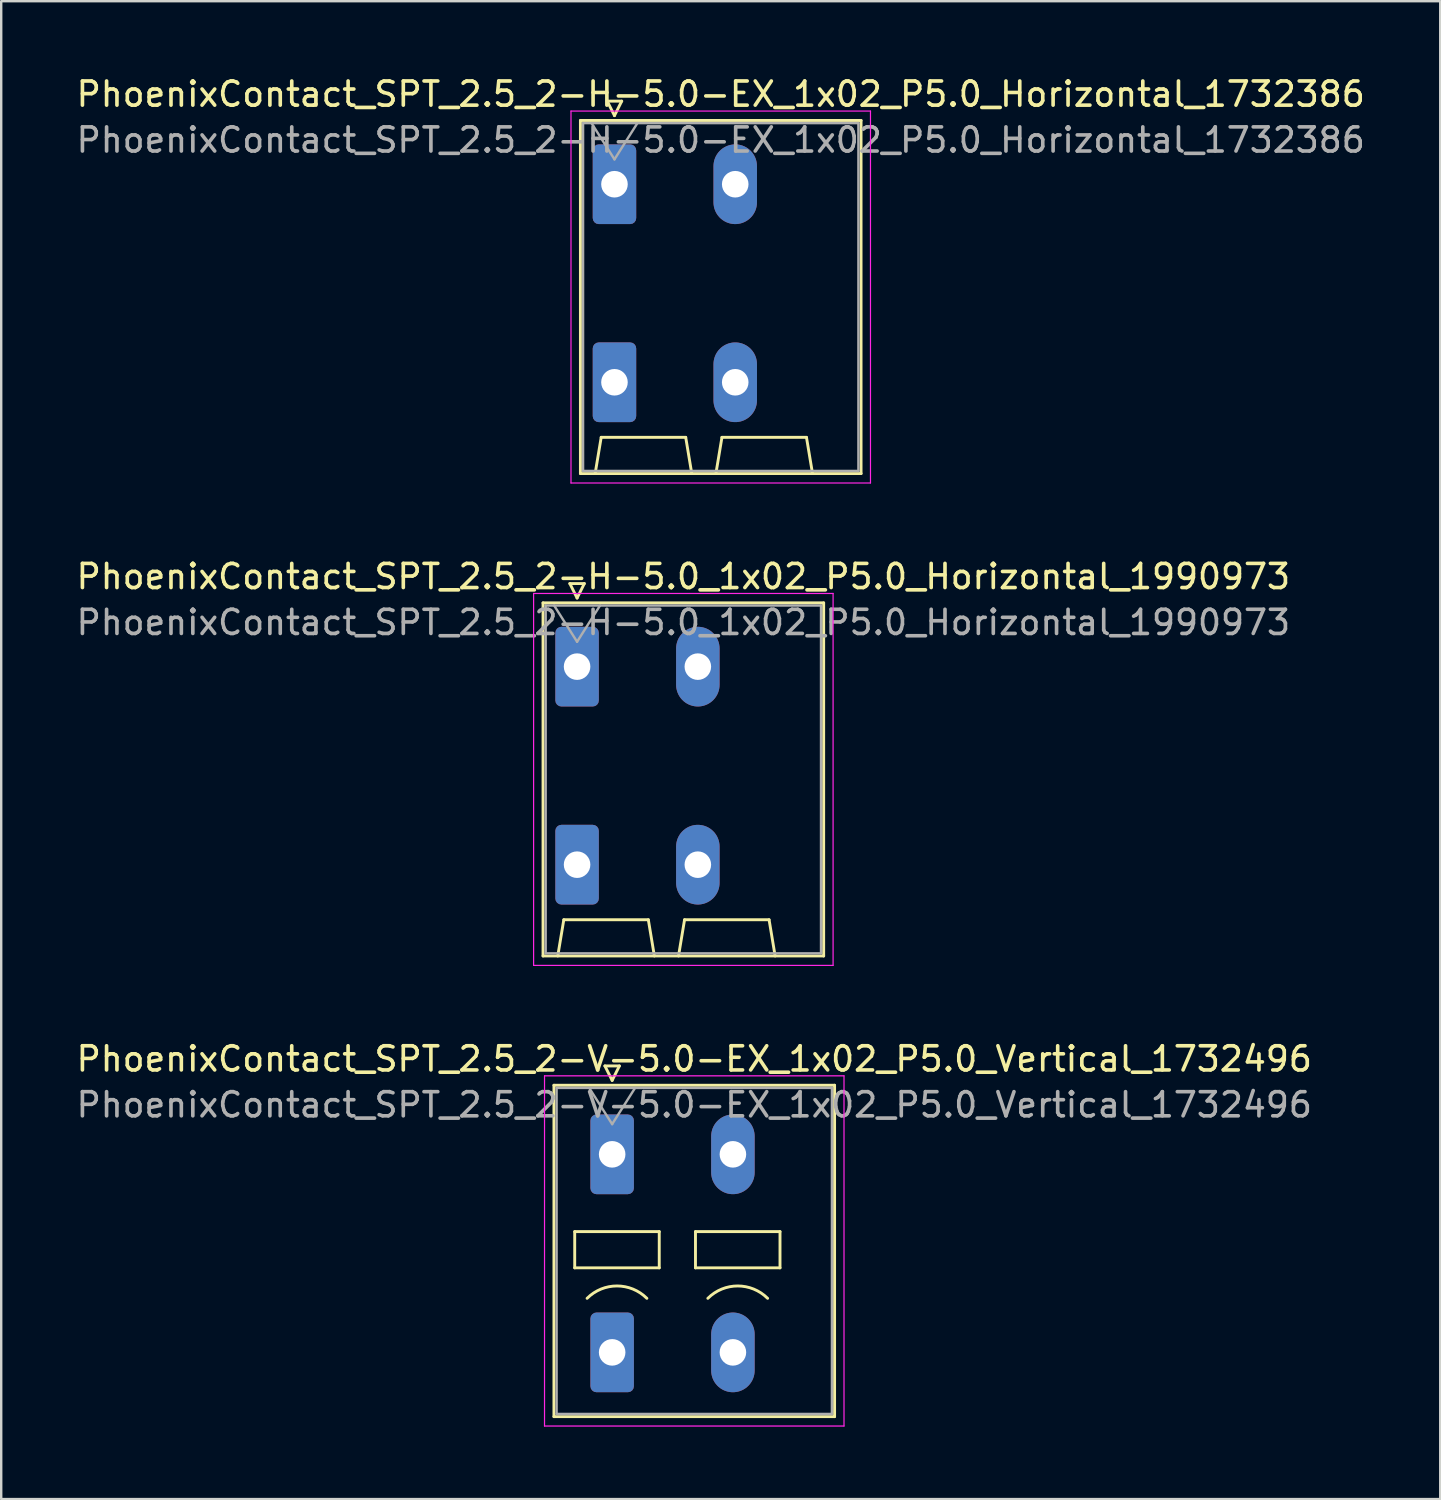
<source format=kicad_pcb>
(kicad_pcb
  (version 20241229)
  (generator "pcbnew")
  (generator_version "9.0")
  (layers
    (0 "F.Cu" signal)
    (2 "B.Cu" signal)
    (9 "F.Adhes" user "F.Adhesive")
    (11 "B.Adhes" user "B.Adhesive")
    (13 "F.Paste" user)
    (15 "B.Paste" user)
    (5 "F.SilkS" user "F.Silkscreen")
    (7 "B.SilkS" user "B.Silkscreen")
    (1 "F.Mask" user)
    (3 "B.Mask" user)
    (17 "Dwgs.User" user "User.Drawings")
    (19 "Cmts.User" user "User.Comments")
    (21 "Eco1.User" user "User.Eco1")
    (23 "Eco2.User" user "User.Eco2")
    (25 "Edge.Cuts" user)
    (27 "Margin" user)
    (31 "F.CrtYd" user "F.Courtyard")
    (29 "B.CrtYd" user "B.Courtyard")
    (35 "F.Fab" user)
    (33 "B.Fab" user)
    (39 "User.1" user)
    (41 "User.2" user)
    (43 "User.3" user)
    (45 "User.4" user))
  (footprint "PhoenixContact_SPT_2.5_2-H-5.0_1x02_P5.0_Horizontal_1990973"
    (layer "F.Cu")
    (at 20.844 24.552)
    (property "Reference" "PhoenixContact_SPT_2.5_2-H-5.0_1x02_P5.0_Horizontal_1990973" (at 4.4 -3.73 0) (layer "F.SilkS") (effects (font (size 1 1) (thickness 0.15))))
    (attr through_hole)
    (fp_line (start -1.41 -2.64) (end 10.21 -2.64) (stroke (width 0.12) (type solid)) (layer "F.SilkS"))
    (fp_line (start -1.41 11.98) (end -1.41 -2.64) (stroke (width 0.12) (type solid)) (layer "F.SilkS"))
    (fp_line (start -0.8 11.98) (end -0.55 10.48) (stroke (width 0.12) (type solid)) (layer "F.SilkS"))
    (fp_line (start -0.55 10.48) (end 2.95 10.48) (stroke (width 0.12) (type solid)) (layer "F.SilkS"))
    (fp_line (start -0.3 -3.44) (end 0 -2.84) (stroke (width 0.12) (type solid)) (layer "F.SilkS"))
    (fp_line (start -0.3 -3.44) (end 0.3 -3.44) (stroke (width 0.12) (type solid)) (layer "F.SilkS"))
    (fp_line (start 0.3 -3.44) (end 0 -2.84) (stroke (width 0.12) (type solid)) (layer "F.SilkS"))
    (fp_line (start 3.2 11.98) (end 2.95 10.48) (stroke (width 0.12) (type solid)) (layer "F.SilkS"))
    (fp_line (start 4.2 11.98) (end 4.45 10.48) (stroke (width 0.12) (type solid)) (layer "F.SilkS"))
    (fp_line (start 4.45 10.48) (end 7.95 10.48) (stroke (width 0.12) (type solid)) (layer "F.SilkS"))
    (fp_line (start 8.2 11.98) (end 7.95 10.48) (stroke (width 0.12) (type solid)) (layer "F.SilkS"))
    (fp_line (start 10.21 -2.64) (end 10.21 11.98) (stroke (width 0.12) (type solid)) (layer "F.SilkS"))
    (fp_line (start 10.21 11.98) (end -1.41 11.98) (stroke (width 0.12) (type solid)) (layer "F.SilkS"))
    (fp_line (start -1.8 -3.03) (end -1.8 12.37) (stroke (width 0.05) (type solid)) (layer "F.CrtYd"))
    (fp_line (start -1.8 12.37) (end 10.6 12.37) (stroke (width 0.05) (type solid)) (layer "F.CrtYd"))
    (fp_line (start 10.6 -3.03) (end -1.8 -3.03) (stroke (width 0.05) (type solid)) (layer "F.CrtYd"))
    (fp_line (start 10.6 12.37) (end 10.6 -3.03) (stroke (width 0.05) (type solid)) (layer "F.CrtYd"))
    (fp_line (start -1.3 -2.53) (end -1.3 11.87) (stroke (width 0.1) (type solid)) (layer "F.Fab"))
    (fp_line (start -1.3 11.87) (end 10.1 11.87) (stroke (width 0.1) (type solid)) (layer "F.Fab"))
    (fp_line (start -0.95 -2.53) (end 0 -1.03) (stroke (width 0.1) (type solid)) (layer "F.Fab"))
    (fp_line (start 0.95 -2.53) (end 0 -1.03) (stroke (width 0.1) (type solid)) (layer "F.Fab"))
    (fp_line (start 10.1 -2.53) (end -1.3 -2.53) (stroke (width 0.1) (type solid)) (layer "F.Fab"))
    (fp_line (start 10.1 11.87) (end 10.1 -2.53) (stroke (width 0.1) (type solid)) (layer "F.Fab"))
    (fp_text user "${REFERENCE}" (at 4.4 -1.83 0) (layer "F.Fab") (effects (font (size 1 1) (thickness 0.15))))
    (pad "1" thru_hole roundrect (at 0 0) (size 1.8 3.3) (drill 1.1) (layers "*.Cu" "*.Mask") (roundrect_rratio 0.139))
    (pad "1" thru_hole roundrect (at 0 8.2) (size 1.8 3.3) (drill 1.1) (layers "*.Cu" "*.Mask") (roundrect_rratio 0.139))
    (pad "2" thru_hole oval (at 5 0) (size 1.8 3.3) (drill 1.1) (layers "*.Cu" "*.Mask"))
    (pad "2" thru_hole oval (at 5 8.2) (size 1.8 3.3) (drill 1.1) (layers "*.Cu" "*.Mask")))
  (footprint "PhoenixContact_SPT_2.5_2-V-5.0-EX_1x02_P5.0_Vertical_1732496"
    (layer "F.Cu")
    (at 22.296 44.745)
    (property "Reference" "PhoenixContact_SPT_2.5_2-V-5.0-EX_1x02_P5.0_Vertical_1732496" (at 3.4 -3.95 0) (layer "F.SilkS") (effects (font (size 1 1) (thickness 0.15))))
    (attr through_hole)
    (fp_line (start -2.41 -2.86) (end 9.21 -2.86) (stroke (width 0.12) (type solid)) (layer "F.SilkS"))
    (fp_line (start -2.41 10.86) (end -2.41 -2.86) (stroke (width 0.12) (type solid)) (layer "F.SilkS"))
    (fp_line (start -1.55 3.2) (end -1.55 4.7) (stroke (width 0.12) (type solid)) (layer "F.SilkS"))
    (fp_line (start -1.55 4.7) (end 1.95 4.7) (stroke (width 0.12) (type solid)) (layer "F.SilkS"))
    (fp_line (start -0.3 -3.66) (end 0 -3.06) (stroke (width 0.12) (type solid)) (layer "F.SilkS"))
    (fp_line (start -0.3 -3.66) (end 0.3 -3.66) (stroke (width 0.12) (type solid)) (layer "F.SilkS"))
    (fp_line (start 0.3 -3.66) (end 0 -3.06) (stroke (width 0.12) (type solid)) (layer "F.SilkS"))
    (fp_line (start 1.95 3.2) (end -1.55 3.2) (stroke (width 0.12) (type solid)) (layer "F.SilkS"))
    (fp_line (start 1.95 4.7) (end 1.95 3.2) (stroke (width 0.12) (type solid)) (layer "F.SilkS"))
    (fp_line (start 3.45 3.2) (end 3.45 4.7) (stroke (width 0.12) (type solid)) (layer "F.SilkS"))
    (fp_line (start 3.45 4.7) (end 6.95 4.7) (stroke (width 0.12) (type solid)) (layer "F.SilkS"))
    (fp_line (start 6.95 3.2) (end 3.45 3.2) (stroke (width 0.12) (type solid)) (layer "F.SilkS"))
    (fp_line (start 6.95 4.7) (end 6.95 3.2) (stroke (width 0.12) (type solid)) (layer "F.SilkS"))
    (fp_line (start 9.21 -2.86) (end 9.21 10.86) (stroke (width 0.12) (type solid)) (layer "F.SilkS"))
    (fp_line (start 9.21 10.86) (end -2.41 10.86) (stroke (width 0.12) (type solid)) (layer "F.SilkS"))
    (fp_arc (start -1.037437 5.962563) (mid 0.2 5.45) (end 1.437437 5.962563) (stroke (width 0.12) (type solid)) (layer "F.SilkS"))
    (fp_arc (start 3.962563 5.962563) (mid 5.2 5.45) (end 6.437437 5.962563) (stroke (width 0.12) (type solid)) (layer "F.SilkS"))
    (fp_line (start -2.8 -3.25) (end -2.8 11.25) (stroke (width 0.05) (type solid)) (layer "F.CrtYd"))
    (fp_line (start -2.8 11.25) (end 9.6 11.25) (stroke (width 0.05) (type solid)) (layer "F.CrtYd"))
    (fp_line (start 9.6 -3.25) (end -2.8 -3.25) (stroke (width 0.05) (type solid)) (layer "F.CrtYd"))
    (fp_line (start 9.6 11.25) (end 9.6 -3.25) (stroke (width 0.05) (type solid)) (layer "F.CrtYd"))
    (fp_line (start -2.3 -2.75) (end -2.3 10.75) (stroke (width 0.1) (type solid)) (layer "F.Fab"))
    (fp_line (start -2.3 10.75) (end 9.1 10.75) (stroke (width 0.1) (type solid)) (layer "F.Fab"))
    (fp_line (start -0.95 -2.75) (end 0 -1.25) (stroke (width 0.1) (type solid)) (layer "F.Fab"))
    (fp_line (start 0.95 -2.75) (end 0 -1.25) (stroke (width 0.1) (type solid)) (layer "F.Fab"))
    (fp_line (start 9.1 -2.75) (end -2.3 -2.75) (stroke (width 0.1) (type solid)) (layer "F.Fab"))
    (fp_line (start 9.1 10.75) (end 9.1 -2.75) (stroke (width 0.1) (type solid)) (layer "F.Fab"))
    (fp_text user "${REFERENCE}" (at 3.4 -2.05 0) (layer "F.Fab") (effects (font (size 1 1) (thickness 0.15))))
    (pad "1" thru_hole roundrect (at 0 0) (size 1.8 3.3) (drill 1.1) (layers "*.Cu" "*.Mask") (roundrect_rratio 0.139))
    (pad "1" thru_hole roundrect (at 0 8.2) (size 1.8 3.3) (drill 1.1) (layers "*.Cu" "*.Mask") (roundrect_rratio 0.139))
    (pad "2" thru_hole oval (at 5 0) (size 1.8 3.3) (drill 1.1) (layers "*.Cu" "*.Mask"))
    (pad "2" thru_hole oval (at 5 8.2) (size 1.8 3.3) (drill 1.1) (layers "*.Cu" "*.Mask")))
  (footprint "PhoenixContact_SPT_2.5_2-H-5.0-EX_1x02_P5.0_Horizontal_1732386"
    (layer "F.Cu")
    (at 22.392 4.578)
    (property "Reference" "PhoenixContact_SPT_2.5_2-H-5.0-EX_1x02_P5.0_Horizontal_1732386" (at 4.4 -3.73 0) (layer "F.SilkS") (effects (font (size 1 1) (thickness 0.15))))
    (attr through_hole)
    (fp_line (start -1.41 -2.64) (end 10.21 -2.64) (stroke (width 0.12) (type solid)) (layer "F.SilkS"))
    (fp_line (start -1.41 11.98) (end -1.41 -2.64) (stroke (width 0.12) (type solid)) (layer "F.SilkS"))
    (fp_line (start -0.8 11.98) (end -0.55 10.48) (stroke (width 0.12) (type solid)) (layer "F.SilkS"))
    (fp_line (start -0.55 10.48) (end 2.95 10.48) (stroke (width 0.12) (type solid)) (layer "F.SilkS"))
    (fp_line (start -0.3 -3.44) (end 0 -2.84) (stroke (width 0.12) (type solid)) (layer "F.SilkS"))
    (fp_line (start -0.3 -3.44) (end 0.3 -3.44) (stroke (width 0.12) (type solid)) (layer "F.SilkS"))
    (fp_line (start 0.3 -3.44) (end 0 -2.84) (stroke (width 0.12) (type solid)) (layer "F.SilkS"))
    (fp_line (start 3.2 11.98) (end 2.95 10.48) (stroke (width 0.12) (type solid)) (layer "F.SilkS"))
    (fp_line (start 4.2 11.98) (end 4.45 10.48) (stroke (width 0.12) (type solid)) (layer "F.SilkS"))
    (fp_line (start 4.45 10.48) (end 7.95 10.48) (stroke (width 0.12) (type solid)) (layer "F.SilkS"))
    (fp_line (start 8.2 11.98) (end 7.95 10.48) (stroke (width 0.12) (type solid)) (layer "F.SilkS"))
    (fp_line (start 10.21 -2.64) (end 10.21 11.98) (stroke (width 0.12) (type solid)) (layer "F.SilkS"))
    (fp_line (start 10.21 11.98) (end -1.41 11.98) (stroke (width 0.12) (type solid)) (layer "F.SilkS"))
    (fp_line (start -1.8 -3.03) (end -1.8 12.37) (stroke (width 0.05) (type solid)) (layer "F.CrtYd"))
    (fp_line (start -1.8 12.37) (end 10.6 12.37) (stroke (width 0.05) (type solid)) (layer "F.CrtYd"))
    (fp_line (start 10.6 -3.03) (end -1.8 -3.03) (stroke (width 0.05) (type solid)) (layer "F.CrtYd"))
    (fp_line (start 10.6 12.37) (end 10.6 -3.03) (stroke (width 0.05) (type solid)) (layer "F.CrtYd"))
    (fp_line (start -1.3 -2.53) (end -1.3 11.87) (stroke (width 0.1) (type solid)) (layer "F.Fab"))
    (fp_line (start -1.3 11.87) (end 10.1 11.87) (stroke (width 0.1) (type solid)) (layer "F.Fab"))
    (fp_line (start -0.95 -2.53) (end 0 -1.03) (stroke (width 0.1) (type solid)) (layer "F.Fab"))
    (fp_line (start 0.95 -2.53) (end 0 -1.03) (stroke (width 0.1) (type solid)) (layer "F.Fab"))
    (fp_line (start 10.1 -2.53) (end -1.3 -2.53) (stroke (width 0.1) (type solid)) (layer "F.Fab"))
    (fp_line (start 10.1 11.87) (end 10.1 -2.53) (stroke (width 0.1) (type solid)) (layer "F.Fab"))
    (fp_text user "${REFERENCE}" (at 4.4 -1.83 0) (layer "F.Fab") (effects (font (size 1 1) (thickness 0.15))))
    (pad "1" thru_hole roundrect (at 0 0) (size 1.8 3.3) (drill 1.1) (layers "*.Cu" "*.Mask") (roundrect_rratio 0.139))
    (pad "1" thru_hole roundrect (at 0 8.2) (size 1.8 3.3) (drill 1.1) (layers "*.Cu" "*.Mask") (roundrect_rratio 0.139))
    (pad "2" thru_hole oval (at 5 0) (size 1.8 3.3) (drill 1.1) (layers "*.Cu" "*.Mask"))
    (pad "2" thru_hole oval (at 5 8.2) (size 1.8 3.3) (drill 1.1) (layers "*.Cu" "*.Mask")))
  (gr_rect
    (start -3 -3)
    (end 56.583 59.02)
    (stroke (width 0.1) (type default))
    (fill no)
    (layer "Edge.Cuts")))
</source>
